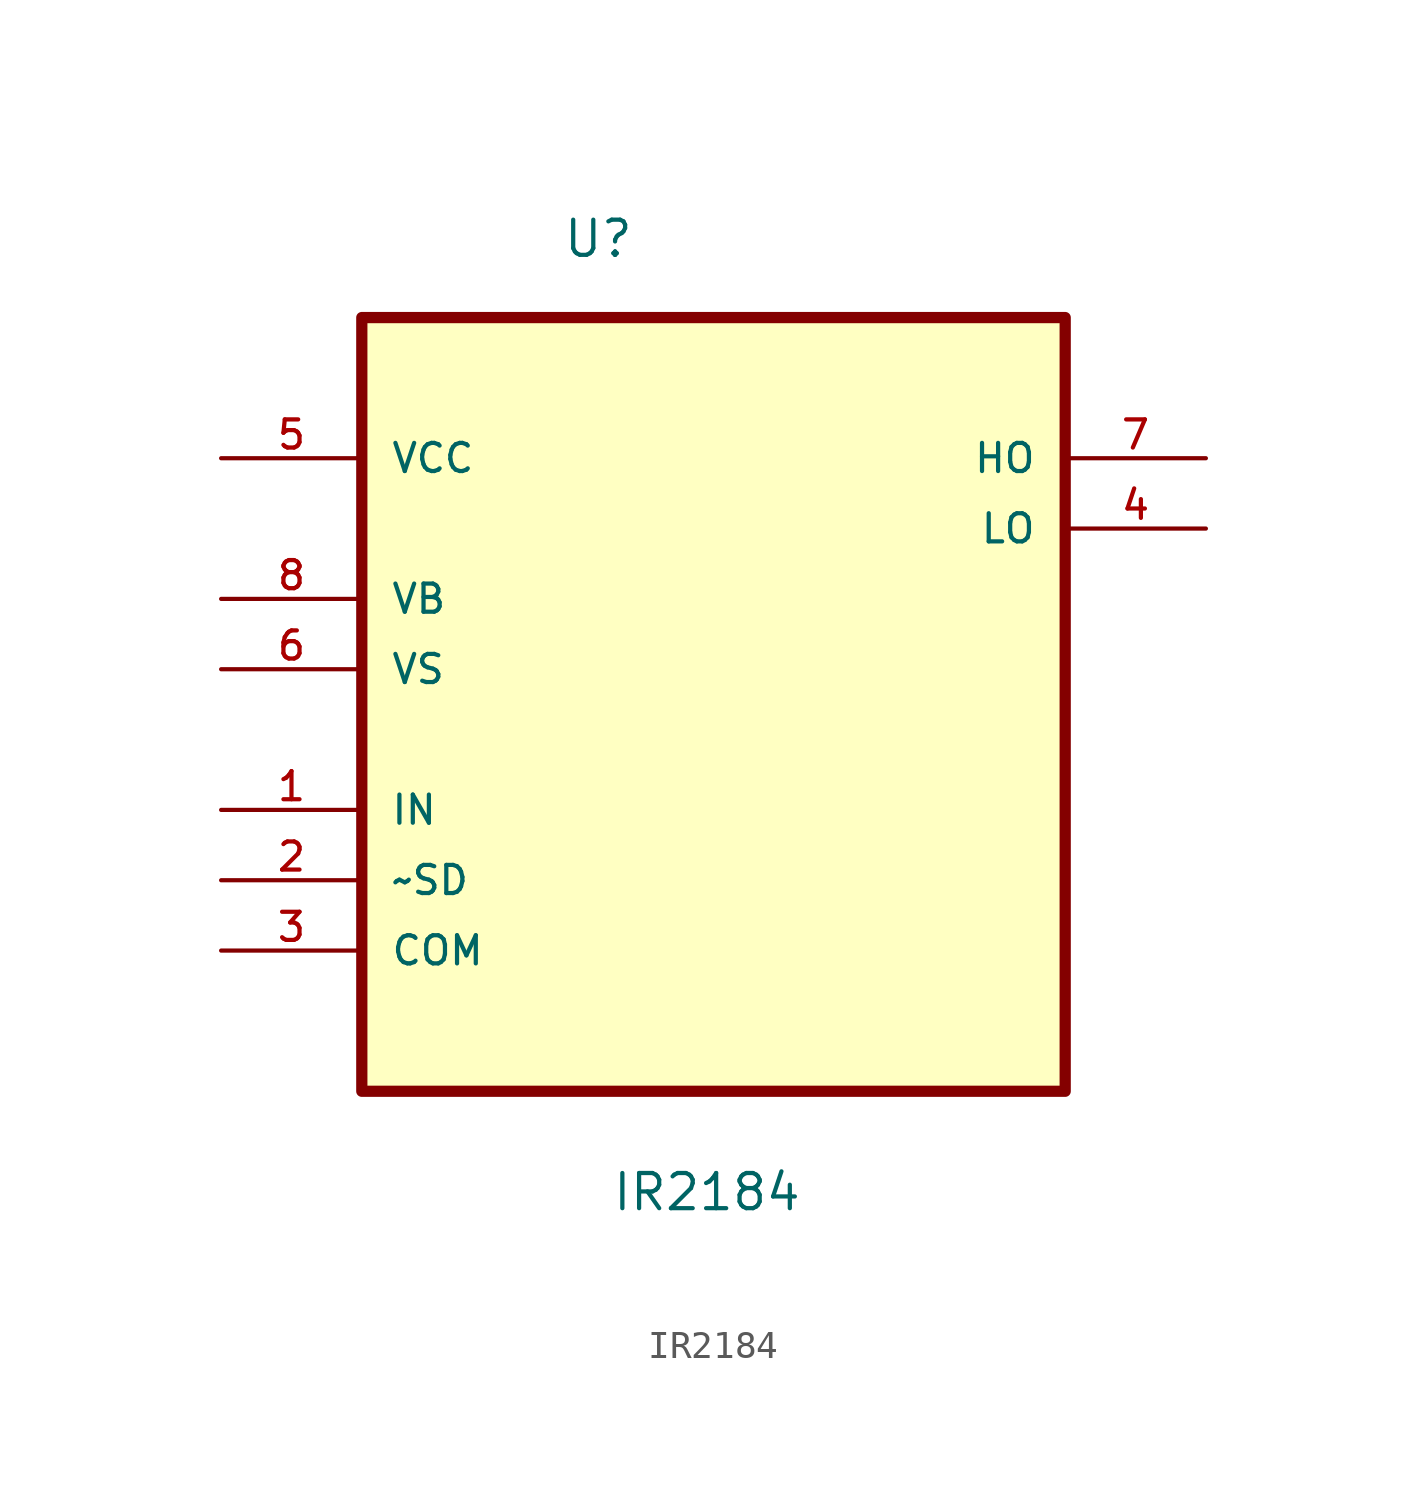
<source format=kicad_sym>
(kicad_symbol_lib
  (version 20211014)
  (generator kicad_symbol_editor)
  (symbol "IR2184"
    (pin_names
      (offset 1.016))
    (property "Reference" "U"
      (at -5.469 12.261 0.0)
      (effects (font (size 1.27 1.27)) (justify bottom left)))
    (property "Value" "IR2184"
      (at -3.694 -22.165 0.0)
      (effects (font (size 1.27 1.27)) (justify bottom left)))
    (symbol "IR2184_0_0"
      (rectangle (start -12.7 -17.78) (end 12.7 10.16) (stroke (width 0.406)) (fill (type background)))
      (pin power_in line (at -17.78 5.08 0) (length 5.08) (name "VCC" (effects (font (size 1.016 1.016)))) (number "5" (effects (font (size 1.016 1.016)))))
      (pin power_in line (at -17.78 0.0 0) (length 5.08) (name "VB" (effects (font (size 1.016 1.016)))) (number "8" (effects (font (size 1.016 1.016)))))
      (pin power_in line (at -17.78 -2.54 0) (length 5.08) (name "VS" (effects (font (size 1.016 1.016)))) (number "6" (effects (font (size 1.016 1.016)))))
      (pin input line (at -17.78 -7.62 0) (length 5.08) (name "IN" (effects (font (size 1.016 1.016)))) (number "1" (effects (font (size 1.016 1.016)))))
      (pin input line (at -17.78 -10.16 0) (length 5.08) (name "~SD" (effects (font (size 1.016 1.016)))) (number "2" (effects (font (size 1.016 1.016)))))
      (pin input line (at -17.78 -12.7 0) (length 5.08) (name "COM" (effects (font (size 1.016 1.016)))) (number "3" (effects (font (size 1.016 1.016)))))
      (pin output line (at 17.78 5.08 180.0) (length 5.08) (name "HO" (effects (font (size 1.016 1.016)))) (number "7" (effects (font (size 1.016 1.016)))))
      (pin output line (at 17.78 2.54 180.0) (length 5.08) (name "LO" (effects (font (size 1.016 1.016)))) (number "4" (effects (font (size 1.016 1.016))))))))
</source>
